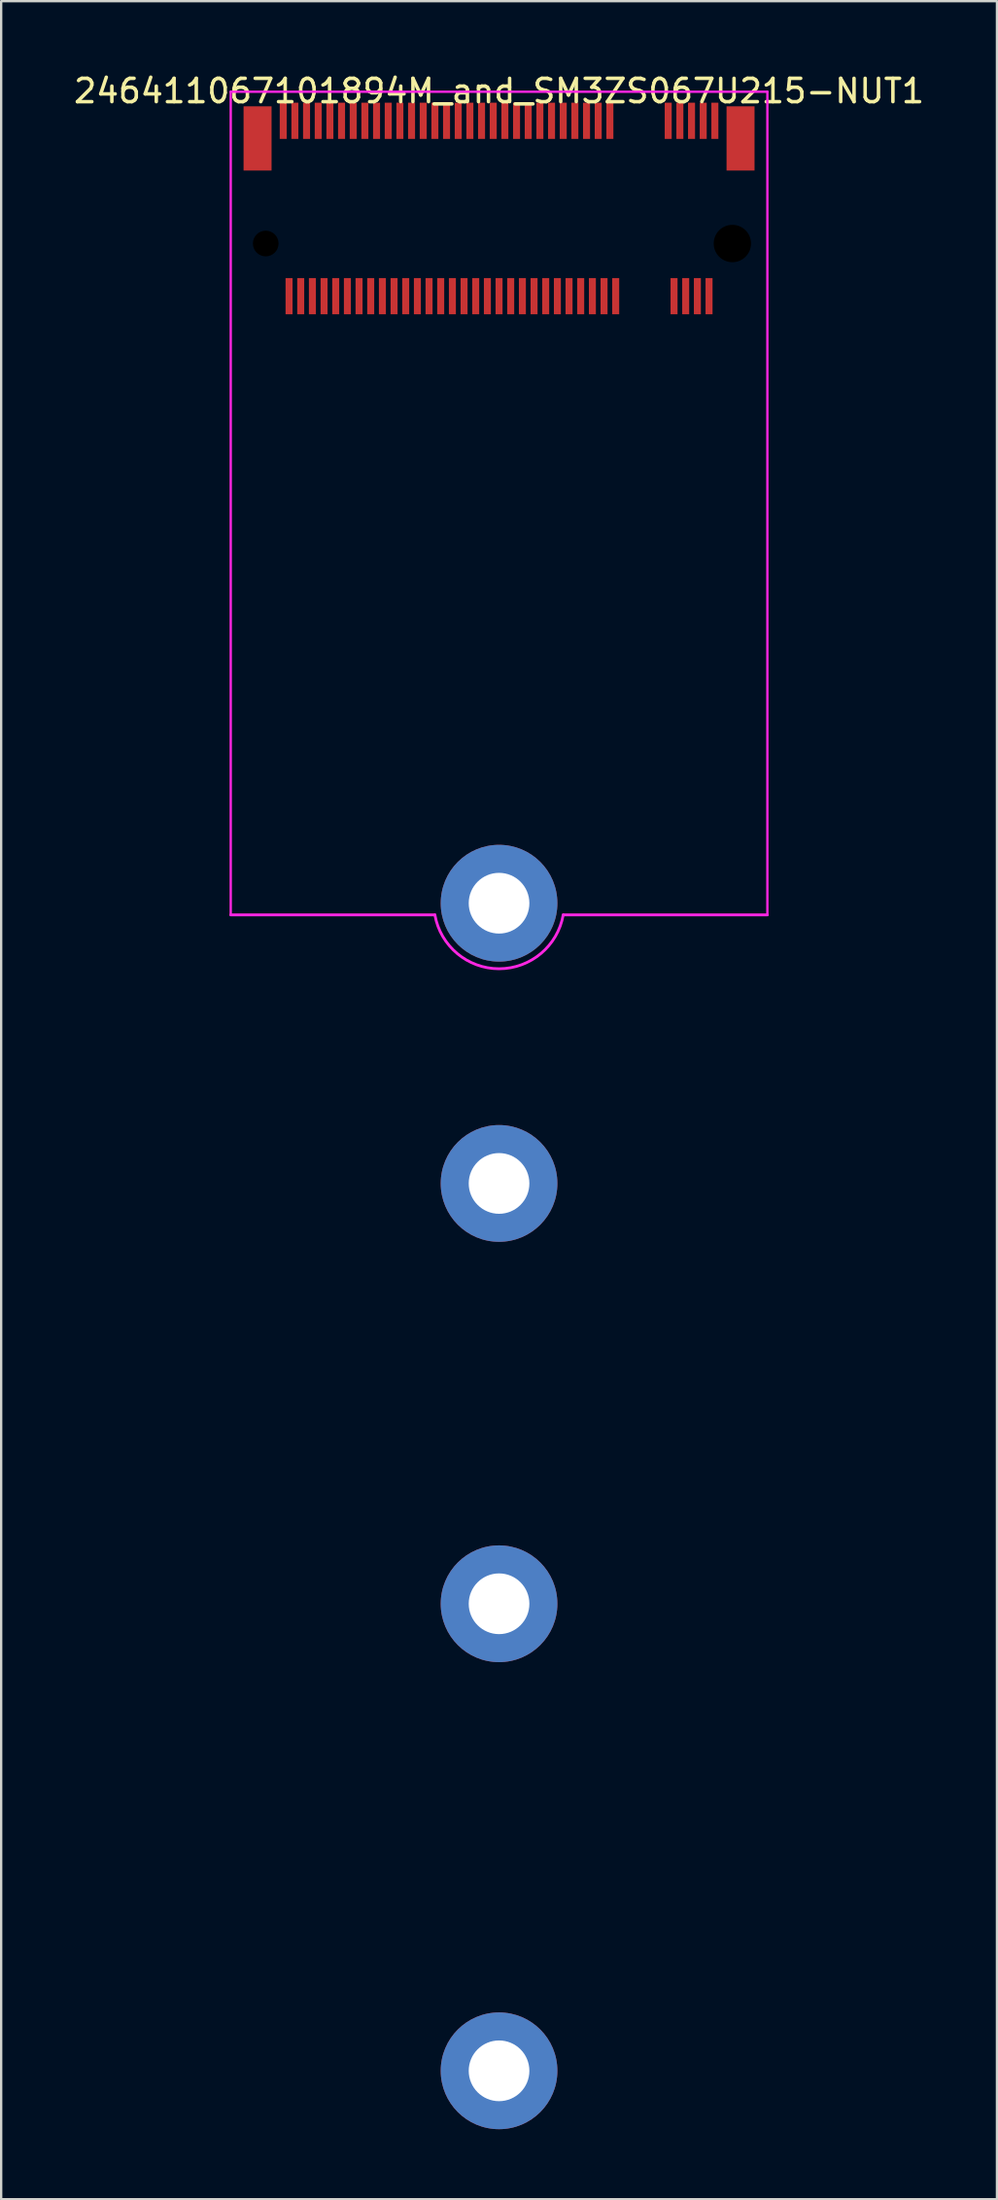
<source format=kicad_pcb>
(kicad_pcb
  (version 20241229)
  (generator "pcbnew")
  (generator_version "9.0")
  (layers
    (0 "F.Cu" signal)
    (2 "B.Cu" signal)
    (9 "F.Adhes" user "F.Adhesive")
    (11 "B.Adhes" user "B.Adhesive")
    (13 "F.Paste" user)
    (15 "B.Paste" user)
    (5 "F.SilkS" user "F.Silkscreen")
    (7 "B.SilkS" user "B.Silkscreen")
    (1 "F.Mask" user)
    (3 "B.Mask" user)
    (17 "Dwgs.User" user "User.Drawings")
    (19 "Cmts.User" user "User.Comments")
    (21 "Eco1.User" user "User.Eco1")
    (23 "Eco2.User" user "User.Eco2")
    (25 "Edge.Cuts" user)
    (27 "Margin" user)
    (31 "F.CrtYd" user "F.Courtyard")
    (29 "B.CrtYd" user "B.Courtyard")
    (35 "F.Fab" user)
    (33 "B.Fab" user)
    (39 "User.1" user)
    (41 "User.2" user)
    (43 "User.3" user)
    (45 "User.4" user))
  (footprint "246411067101894M_and_SM3ZS067U215-NUT1"
    (layer "F.Cu")
    (at 18.339 5.628)
    (property "Reference" "246411067101894M_and_SM3ZS067U215-NUT1" (at 0 -4.78 0) (unlocked yes) (layer "F.SilkS") (effects (font (size 1 1) (thickness 0.15))))
    (fp_line (start -11.5 -4.75) (end 11.5 -4.75) (stroke (width 0.1) (type solid)) (layer "F.CrtYd"))
    (fp_line (start -11.5 30.5) (end -11.5 -4.75) (stroke (width 0.1) (type solid)) (layer "F.CrtYd"))
    (fp_line (start -11.5 30.5) (end -2.75 30.5) (stroke (width 0.12) (type solid)) (layer "F.CrtYd"))
    (fp_line (start 2.75 30.5) (end 11.5 30.5) (stroke (width 0.12) (type solid)) (layer "F.CrtYd"))
    (fp_line (start 11.5 -4.75) (end 11.5 30.5) (stroke (width 0.1) (type solid)) (layer "F.CrtYd"))
    (fp_arc (start 2.75 30.5) (mid 0 32.806092) (end -2.75 30.5) (stroke (width 0.12) (type solid)) (layer "F.CrtYd"))
    (pad "" smd rect (at -10.35 -2.75) (size 1.2 2.75) (layers "F.Cu" "F.Mask" "F.Paste"))
    (pad "" np_thru_hole circle (at -10 1.75) (size 1.1 1.1) (drill 1.1) (layers "*.Mask"))
    (pad "" np_thru_hole circle (at 10 1.75) (size 1.6 1.6) (drill 1.6) (layers "*.Mask"))
    (pad "" smd rect (at 10.35 -2.75) (size 1.2 2.75) (layers "F.Cu" "F.Mask" "F.Paste"))
    (pad "1" smd rect (at -9.25 -3.505) (size 0.3 1.55) (layers "F.Cu" "F.Mask" "F.Paste"))
    (pad "2" smd rect (at -9 4.005) (size 0.3 1.55) (layers "F.Cu" "F.Mask" "F.Paste"))
    (pad "3" smd rect (at -8.75 -3.505) (size 0.3 1.55) (layers "F.Cu" "F.Mask" "F.Paste"))
    (pad "4" smd rect (at -8.5 4.005) (size 0.3 1.55) (layers "F.Cu" "F.Mask" "F.Paste"))
    (pad "5" smd rect (at -8.25 -3.505) (size 0.3 1.55) (layers "F.Cu" "F.Mask" "F.Paste"))
    (pad "6" smd rect (at -8 4.005) (size 0.3 1.55) (layers "F.Cu" "F.Mask" "F.Paste"))
    (pad "7" smd rect (at -7.75 -3.505) (size 0.3 1.55) (layers "F.Cu" "F.Mask" "F.Paste"))
    (pad "8" smd rect (at -7.5 4.005) (size 0.3 1.55) (layers "F.Cu" "F.Mask" "F.Paste"))
    (pad "9" smd rect (at -7.25 -3.505) (size 0.3 1.55) (layers "F.Cu" "F.Mask" "F.Paste"))
    (pad "10" smd rect (at -7 4.005) (size 0.3 1.55) (layers "F.Cu" "F.Mask" "F.Paste"))
    (pad "11" smd rect (at -6.75 -3.505) (size 0.3 1.55) (layers "F.Cu" "F.Mask" "F.Paste"))
    (pad "12" smd rect (at -6.5 4.005) (size 0.3 1.55) (layers "F.Cu" "F.Mask" "F.Paste"))
    (pad "13" smd rect (at -6.25 -3.505) (size 0.3 1.55) (layers "F.Cu" "F.Mask" "F.Paste"))
    (pad "14" smd rect (at -6 4.005) (size 0.3 1.55) (layers "F.Cu" "F.Mask" "F.Paste"))
    (pad "15" smd rect (at -5.75 -3.505) (size 0.3 1.55) (layers "F.Cu" "F.Mask" "F.Paste"))
    (pad "16" smd rect (at -5.5 4.005) (size 0.3 1.55) (layers "F.Cu" "F.Mask" "F.Paste"))
    (pad "17" smd rect (at -5.25 -3.505) (size 0.3 1.55) (layers "F.Cu" "F.Mask" "F.Paste"))
    (pad "18" smd rect (at -5 4.005) (size 0.3 1.55) (layers "F.Cu" "F.Mask" "F.Paste"))
    (pad "19" smd rect (at -4.75 -3.505) (size 0.3 1.55) (layers "F.Cu" "F.Mask" "F.Paste"))
    (pad "20" smd rect (at -4.5 4.005) (size 0.3 1.55) (layers "F.Cu" "F.Mask" "F.Paste"))
    (pad "21" smd rect (at -4.25 -3.505) (size 0.3 1.55) (layers "F.Cu" "F.Mask" "F.Paste"))
    (pad "22" smd rect (at -4 4.005) (size 0.3 1.55) (layers "F.Cu" "F.Mask" "F.Paste"))
    (pad "23" smd rect (at -3.75 -3.505) (size 0.3 1.55) (layers "F.Cu" "F.Mask" "F.Paste"))
    (pad "24" smd rect (at -3.5 4.005) (size 0.3 1.55) (layers "F.Cu" "F.Mask" "F.Paste"))
    (pad "25" smd rect (at -3.25 -3.505) (size 0.3 1.55) (layers "F.Cu" "F.Mask" "F.Paste"))
    (pad "26" smd rect (at -3 4.005) (size 0.3 1.55) (layers "F.Cu" "F.Mask" "F.Paste"))
    (pad "27" smd rect (at -2.75 -3.505) (size 0.3 1.55) (layers "F.Cu" "F.Mask" "F.Paste"))
    (pad "28" smd rect (at -2.5 4.005) (size 0.3 1.55) (layers "F.Cu" "F.Mask" "F.Paste"))
    (pad "29" smd rect (at -2.25 -3.505) (size 0.3 1.55) (layers "F.Cu" "F.Mask" "F.Paste"))
    (pad "30" smd rect (at -2 4.005) (size 0.3 1.55) (layers "F.Cu" "F.Mask" "F.Paste"))
    (pad "31" smd rect (at -1.75 -3.505) (size 0.3 1.55) (layers "F.Cu" "F.Mask" "F.Paste"))
    (pad "32" smd rect (at -1.5 4.005) (size 0.3 1.55) (layers "F.Cu" "F.Mask" "F.Paste"))
    (pad "33" smd rect (at -1.25 -3.505) (size 0.3 1.55) (layers "F.Cu" "F.Mask" "F.Paste"))
    (pad "34" smd rect (at -1 4.005) (size 0.3 1.55) (layers "F.Cu" "F.Mask" "F.Paste"))
    (pad "35" smd rect (at -0.75 -3.505) (size 0.3 1.55) (layers "F.Cu" "F.Mask" "F.Paste"))
    (pad "36" smd rect (at -0.5 4.005) (size 0.3 1.55) (layers "F.Cu" "F.Mask" "F.Paste"))
    (pad "37" smd rect (at -0.25 -3.505) (size 0.3 1.55) (layers "F.Cu" "F.Mask" "F.Paste"))
    (pad "38" smd rect (at 0 4.005) (size 0.3 1.55) (layers "F.Cu" "F.Mask" "F.Paste"))
    (pad "39" smd rect (at 0.25 -3.505) (size 0.3 1.55) (layers "F.Cu" "F.Mask" "F.Paste"))
    (pad "40" smd rect (at 0.5 4.005) (size 0.3 1.55) (layers "F.Cu" "F.Mask" "F.Paste"))
    (pad "41" smd rect (at 0.75 -3.505) (size 0.3 1.55) (layers "F.Cu" "F.Mask" "F.Paste"))
    (pad "42" smd rect (at 1 4.005) (size 0.3 1.55) (layers "F.Cu" "F.Mask" "F.Paste"))
    (pad "43" smd rect (at 1.25 -3.505) (size 0.3 1.55) (layers "F.Cu" "F.Mask" "F.Paste"))
    (pad "44" smd rect (at 1.5 4.005) (size 0.3 1.55) (layers "F.Cu" "F.Mask" "F.Paste"))
    (pad "45" smd rect (at 1.75 -3.505) (size 0.3 1.55) (layers "F.Cu" "F.Mask" "F.Paste"))
    (pad "46" smd rect (at 2 4.005) (size 0.3 1.55) (layers "F.Cu" "F.Mask" "F.Paste"))
    (pad "47" smd rect (at 2.25 -3.505) (size 0.3 1.55) (layers "F.Cu" "F.Mask" "F.Paste"))
    (pad "48" smd rect (at 2.5 4.005) (size 0.3 1.55) (layers "F.Cu" "F.Mask" "F.Paste"))
    (pad "49" smd rect (at 2.75 -3.505) (size 0.3 1.55) (layers "F.Cu" "F.Mask" "F.Paste"))
    (pad "50" smd rect (at 3 4.005) (size 0.3 1.55) (layers "F.Cu" "F.Mask" "F.Paste"))
    (pad "51" smd rect (at 3.25 -3.505) (size 0.3 1.55) (layers "F.Cu" "F.Mask" "F.Paste"))
    (pad "52" smd rect (at 3.5 4.005) (size 0.3 1.55) (layers "F.Cu" "F.Mask" "F.Paste"))
    (pad "53" smd rect (at 3.75 -3.505) (size 0.3 1.55) (layers "F.Cu" "F.Mask" "F.Paste"))
    (pad "54" smd rect (at 4 4.005) (size 0.3 1.55) (layers "F.Cu" "F.Mask" "F.Paste"))
    (pad "55" smd rect (at 4.25 -3.505) (size 0.3 1.55) (layers "F.Cu" "F.Mask" "F.Paste"))
    (pad "56" smd rect (at 4.5 4.005) (size 0.3 1.55) (layers "F.Cu" "F.Mask" "F.Paste"))
    (pad "57" smd rect (at 4.75 -3.505) (size 0.3 1.55) (layers "F.Cu" "F.Mask" "F.Paste"))
    (pad "58" smd rect (at 5 4.005) (size 0.3 1.55) (layers "F.Cu" "F.Mask" "F.Paste"))
    (pad "67" smd rect (at 7.25 -3.505) (size 0.3 1.55) (layers "F.Cu" "F.Mask" "F.Paste"))
    (pad "68" smd rect (at 7.5 4.005) (size 0.3 1.55) (layers "F.Cu" "F.Mask" "F.Paste"))
    (pad "69" smd rect (at 7.75 -3.505) (size 0.3 1.55) (layers "F.Cu" "F.Mask" "F.Paste"))
    (pad "70" smd rect (at 8 4.005) (size 0.3 1.55) (layers "F.Cu" "F.Mask" "F.Paste"))
    (pad "71" smd rect (at 8.25 -3.505) (size 0.3 1.55) (layers "F.Cu" "F.Mask" "F.Paste"))
    (pad "72" smd rect (at 8.5 4.005) (size 0.3 1.55) (layers "F.Cu" "F.Mask" "F.Paste"))
    (pad "73" smd rect (at 8.75 -3.505) (size 0.3 1.55) (layers "F.Cu" "F.Mask" "F.Paste"))
    (pad "74" smd rect (at 9 4.005) (size 0.3 1.55) (layers "F.Cu" "F.Mask" "F.Paste"))
    (pad "75" smd rect (at 9.25 -3.505) (size 0.3 1.55) (layers "F.Cu" "F.Mask" "F.Paste"))
    (pad "GND" thru_hole circle (at 0 30) (size 5 5) (drill 2.6) (layers "*.Cu" "*.Mask"))
    (pad "GND" thru_hole circle (at 0 42) (size 5 5) (drill 2.6) (layers "*.Cu" "*.Mask"))
    (pad "GND" thru_hole circle (at 0 60) (size 5 5) (drill 2.6) (layers "*.Cu" "*.Mask"))
    (pad "GND" thru_hole circle (at 0 80) (size 5 5) (drill 2.6) (layers "*.Cu" "*.Mask")))
  (gr_rect
    (start -3 -3)
    (end 39.679 91.128)
    (stroke (width 0.1) (type default))
    (fill no)
    (layer "Edge.Cuts")))
</source>
